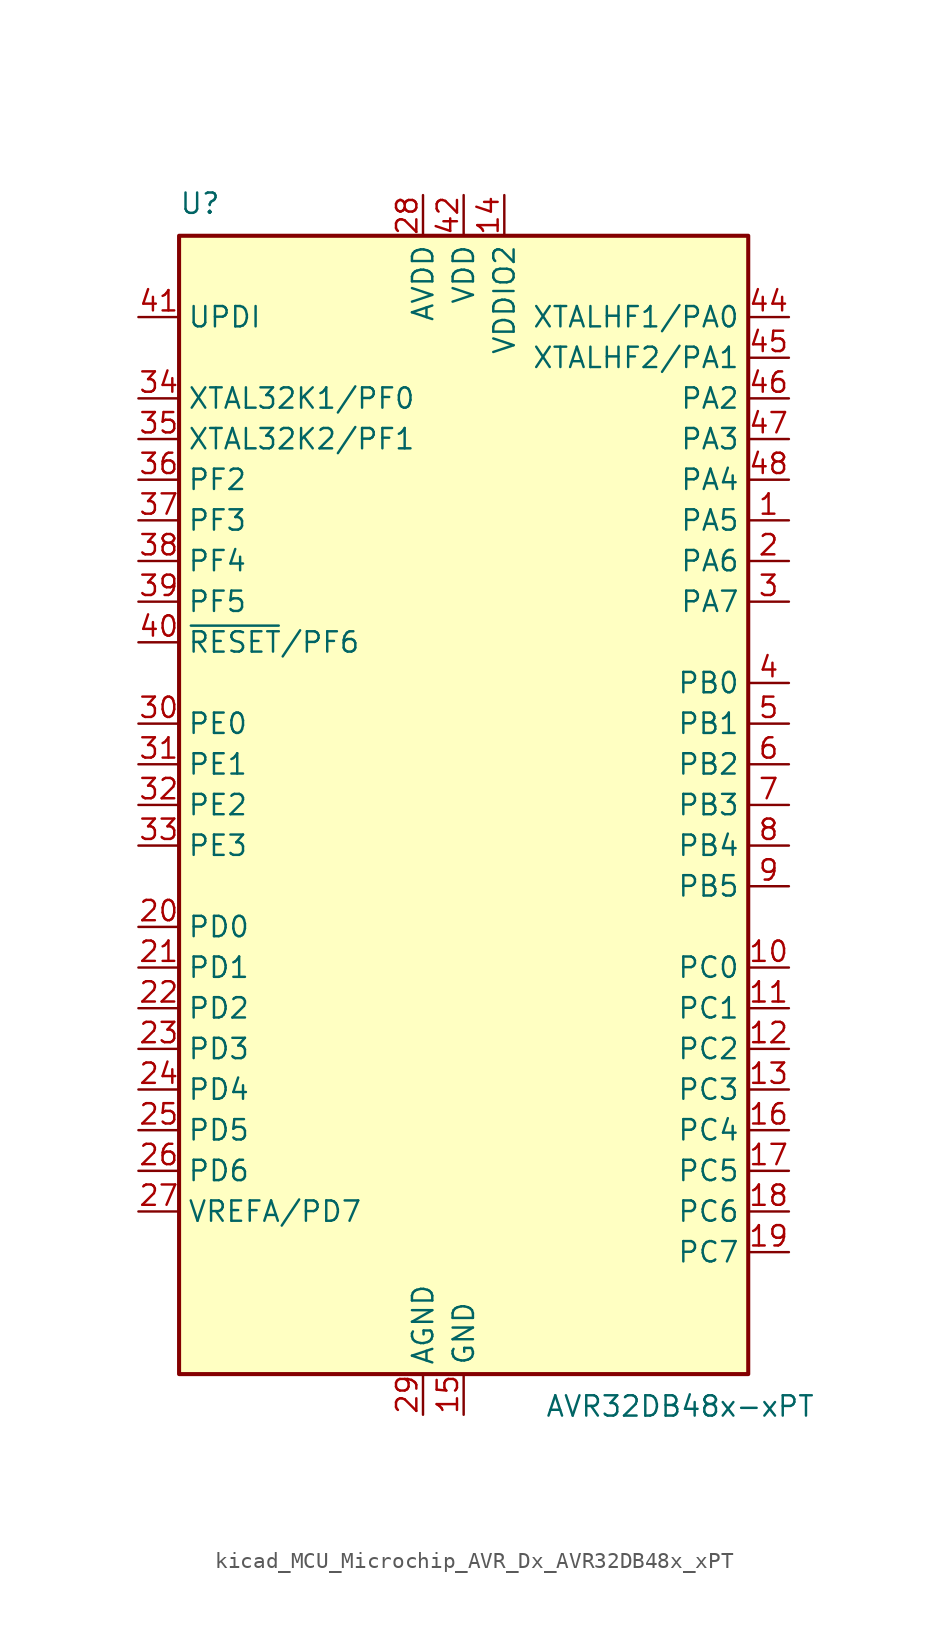
<source format=kicad_sym>
(kicad_symbol_lib
  (version 20220914)
  (generator kicad_symbol_editor)
  (symbol "kicad_MCU_Microchip_AVR_Dx_AVR32DB48x_xPT"
    (property "Reference" "U"
      (at -17.78 36.83 0)
      (effects (font (size 1.27 1.27)) (justify left bottom)))
    (property "Value" "AVR32DB48x-xPT"
      (at 5.08 -36.83 0)
      (effects (font (size 1.27 1.27)) (justify left top)))
    (symbol "kicad_MCU_Microchip_AVR_Dx_AVR32DB48x_xPT_0_1"
      (rectangle (start -17.78 35.56) (end 17.78 -35.56) (stroke (width 0.254) (type default)) (fill (type background))))
    (symbol "kicad_MCU_Microchip_AVR_Dx_AVR32DB48x_xPT_1_1"
      (pin bidirectional line (at 20.32 17.78 180) (length 2.54) (name "PA5" (effects (font (size 1.27 1.27)))) (number "1" (effects (font (size 1.27 1.27)))))
      (pin bidirectional line (at 20.32 -10.16 180) (length 2.54) (name "PC0" (effects (font (size 1.27 1.27)))) (number "10" (effects (font (size 1.27 1.27)))))
      (pin bidirectional line (at 20.32 -12.7 180) (length 2.54) (name "PC1" (effects (font (size 1.27 1.27)))) (number "11" (effects (font (size 1.27 1.27)))))
      (pin bidirectional line (at 20.32 -15.24 180) (length 2.54) (name "PC2" (effects (font (size 1.27 1.27)))) (number "12" (effects (font (size 1.27 1.27)))))
      (pin bidirectional line (at 20.32 -17.78 180) (length 2.54) (name "PC3" (effects (font (size 1.27 1.27)))) (number "13" (effects (font (size 1.27 1.27)))))
      (pin power_in line (at 2.54 38.1 270) (length 2.54) (name "VDDIO2" (effects (font (size 1.27 1.27)))) (number "14" (effects (font (size 1.27 1.27)))))
      (pin power_in line (at 0 -38.1 90) (length 2.54) (name "GND" (effects (font (size 1.27 1.27)))) (number "15" (effects (font (size 1.27 1.27)))))
      (pin bidirectional line (at 20.32 -20.32 180) (length 2.54) (name "PC4" (effects (font (size 1.27 1.27)))) (number "16" (effects (font (size 1.27 1.27)))))
      (pin bidirectional line (at 20.32 -22.86 180) (length 2.54) (name "PC5" (effects (font (size 1.27 1.27)))) (number "17" (effects (font (size 1.27 1.27)))))
      (pin bidirectional line (at 20.32 -25.4 180) (length 2.54) (name "PC6" (effects (font (size 1.27 1.27)))) (number "18" (effects (font (size 1.27 1.27)))))
      (pin bidirectional line (at 20.32 -27.94 180) (length 2.54) (name "PC7" (effects (font (size 1.27 1.27)))) (number "19" (effects (font (size 1.27 1.27)))))
      (pin bidirectional line (at 20.32 15.24 180) (length 2.54) (name "PA6" (effects (font (size 1.27 1.27)))) (number "2" (effects (font (size 1.27 1.27)))))
      (pin bidirectional line (at -20.32 -7.62 0) (length 2.54) (name "PD0" (effects (font (size 1.27 1.27)))) (number "20" (effects (font (size 1.27 1.27)))))
      (pin bidirectional line (at -20.32 -10.16 0) (length 2.54) (name "PD1" (effects (font (size 1.27 1.27)))) (number "21" (effects (font (size 1.27 1.27)))))
      (pin bidirectional line (at -20.32 -12.7 0) (length 2.54) (name "PD2" (effects (font (size 1.27 1.27)))) (number "22" (effects (font (size 1.27 1.27)))))
      (pin bidirectional line (at -20.32 -15.24 0) (length 2.54) (name "PD3" (effects (font (size 1.27 1.27)))) (number "23" (effects (font (size 1.27 1.27)))))
      (pin bidirectional line (at -20.32 -17.78 0) (length 2.54) (name "PD4" (effects (font (size 1.27 1.27)))) (number "24" (effects (font (size 1.27 1.27)))))
      (pin bidirectional line (at -20.32 -20.32 0) (length 2.54) (name "PD5" (effects (font (size 1.27 1.27)))) (number "25" (effects (font (size 1.27 1.27)))))
      (pin bidirectional line (at -20.32 -22.86 0) (length 2.54) (name "PD6" (effects (font (size 1.27 1.27)))) (number "26" (effects (font (size 1.27 1.27)))))
      (pin bidirectional line (at -20.32 -25.4 0) (length 2.54) (name "VREFA/PD7" (effects (font (size 1.27 1.27)))) (number "27" (effects (font (size 1.27 1.27)))))
      (pin power_in line (at -2.54 38.1 270) (length 2.54) (name "AVDD" (effects (font (size 1.27 1.27)))) (number "28" (effects (font (size 1.27 1.27)))))
      (pin power_in line (at -2.54 -38.1 90) (length 2.54) (name "AGND" (effects (font (size 1.27 1.27)))) (number "29" (effects (font (size 1.27 1.27)))))
      (pin bidirectional line (at 20.32 12.7 180) (length 2.54) (name "PA7" (effects (font (size 1.27 1.27)))) (number "3" (effects (font (size 1.27 1.27)))))
      (pin bidirectional line (at -20.32 5.08 0) (length 2.54) (name "PE0" (effects (font (size 1.27 1.27)))) (number "30" (effects (font (size 1.27 1.27)))))
      (pin bidirectional line (at -20.32 2.54 0) (length 2.54) (name "PE1" (effects (font (size 1.27 1.27)))) (number "31" (effects (font (size 1.27 1.27)))))
      (pin bidirectional line (at -20.32 0 0) (length 2.54) (name "PE2" (effects (font (size 1.27 1.27)))) (number "32" (effects (font (size 1.27 1.27)))))
      (pin bidirectional line (at -20.32 -2.54 0) (length 2.54) (name "PE3" (effects (font (size 1.27 1.27)))) (number "33" (effects (font (size 1.27 1.27)))))
      (pin bidirectional line (at -20.32 25.4 0) (length 2.54) (name "XTAL32K1/PF0" (effects (font (size 1.27 1.27)))) (number "34" (effects (font (size 1.27 1.27)))))
      (pin bidirectional line (at -20.32 22.86 0) (length 2.54) (name "XTAL32K2/PF1" (effects (font (size 1.27 1.27)))) (number "35" (effects (font (size 1.27 1.27)))))
      (pin bidirectional line (at -20.32 20.32 0) (length 2.54) (name "PF2" (effects (font (size 1.27 1.27)))) (number "36" (effects (font (size 1.27 1.27)))))
      (pin bidirectional line (at -20.32 17.78 0) (length 2.54) (name "PF3" (effects (font (size 1.27 1.27)))) (number "37" (effects (font (size 1.27 1.27)))))
      (pin bidirectional line (at -20.32 15.24 0) (length 2.54) (name "PF4" (effects (font (size 1.27 1.27)))) (number "38" (effects (font (size 1.27 1.27)))))
      (pin bidirectional line (at -20.32 12.7 0) (length 2.54) (name "PF5" (effects (font (size 1.27 1.27)))) (number "39" (effects (font (size 1.27 1.27)))))
      (pin bidirectional line (at 20.32 7.62 180) (length 2.54) (name "PB0" (effects (font (size 1.27 1.27)))) (number "4" (effects (font (size 1.27 1.27)))))
      (pin bidirectional line (at -20.32 10.16 0) (length 2.54) (name "~{RESET}/PF6" (effects (font (size 1.27 1.27)))) (number "40" (effects (font (size 1.27 1.27)))))
      (pin input line (at -20.32 30.48 0) (length 2.54) (name "UPDI" (effects (font (size 1.27 1.27)))) (number "41" (effects (font (size 1.27 1.27)))))
      (pin power_in line (at 0 38.1 270) (length 2.54) (name "VDD" (effects (font (size 1.27 1.27)))) (number "42" (effects (font (size 1.27 1.27)))))
      (pin passive line (at 0 -38.1 90) (length 2.54) hide (name "GND" (effects (font (size 1.27 1.27)))) (number "43" (effects (font (size 1.27 1.27)))))
      (pin bidirectional line (at 20.32 30.48 180) (length 2.54) (name "XTALHF1/PA0" (effects (font (size 1.27 1.27)))) (number "44" (effects (font (size 1.27 1.27)))))
      (pin bidirectional line (at 20.32 27.94 180) (length 2.54) (name "XTALHF2/PA1" (effects (font (size 1.27 1.27)))) (number "45" (effects (font (size 1.27 1.27)))))
      (pin bidirectional line (at 20.32 25.4 180) (length 2.54) (name "PA2" (effects (font (size 1.27 1.27)))) (number "46" (effects (font (size 1.27 1.27)))))
      (pin bidirectional line (at 20.32 22.86 180) (length 2.54) (name "PA3" (effects (font (size 1.27 1.27)))) (number "47" (effects (font (size 1.27 1.27)))))
      (pin bidirectional line (at 20.32 20.32 180) (length 2.54) (name "PA4" (effects (font (size 1.27 1.27)))) (number "48" (effects (font (size 1.27 1.27)))))
      (pin bidirectional line (at 20.32 5.08 180) (length 2.54) (name "PB1" (effects (font (size 1.27 1.27)))) (number "5" (effects (font (size 1.27 1.27)))))
      (pin bidirectional line (at 20.32 2.54 180) (length 2.54) (name "PB2" (effects (font (size 1.27 1.27)))) (number "6" (effects (font (size 1.27 1.27)))))
      (pin bidirectional line (at 20.32 0 180) (length 2.54) (name "PB3" (effects (font (size 1.27 1.27)))) (number "7" (effects (font (size 1.27 1.27)))))
      (pin bidirectional line (at 20.32 -2.54 180) (length 2.54) (name "PB4" (effects (font (size 1.27 1.27)))) (number "8" (effects (font (size 1.27 1.27)))))
      (pin bidirectional line (at 20.32 -5.08 180) (length 2.54) (name "PB5" (effects (font (size 1.27 1.27)))) (number "9" (effects (font (size 1.27 1.27))))))))
</source>
